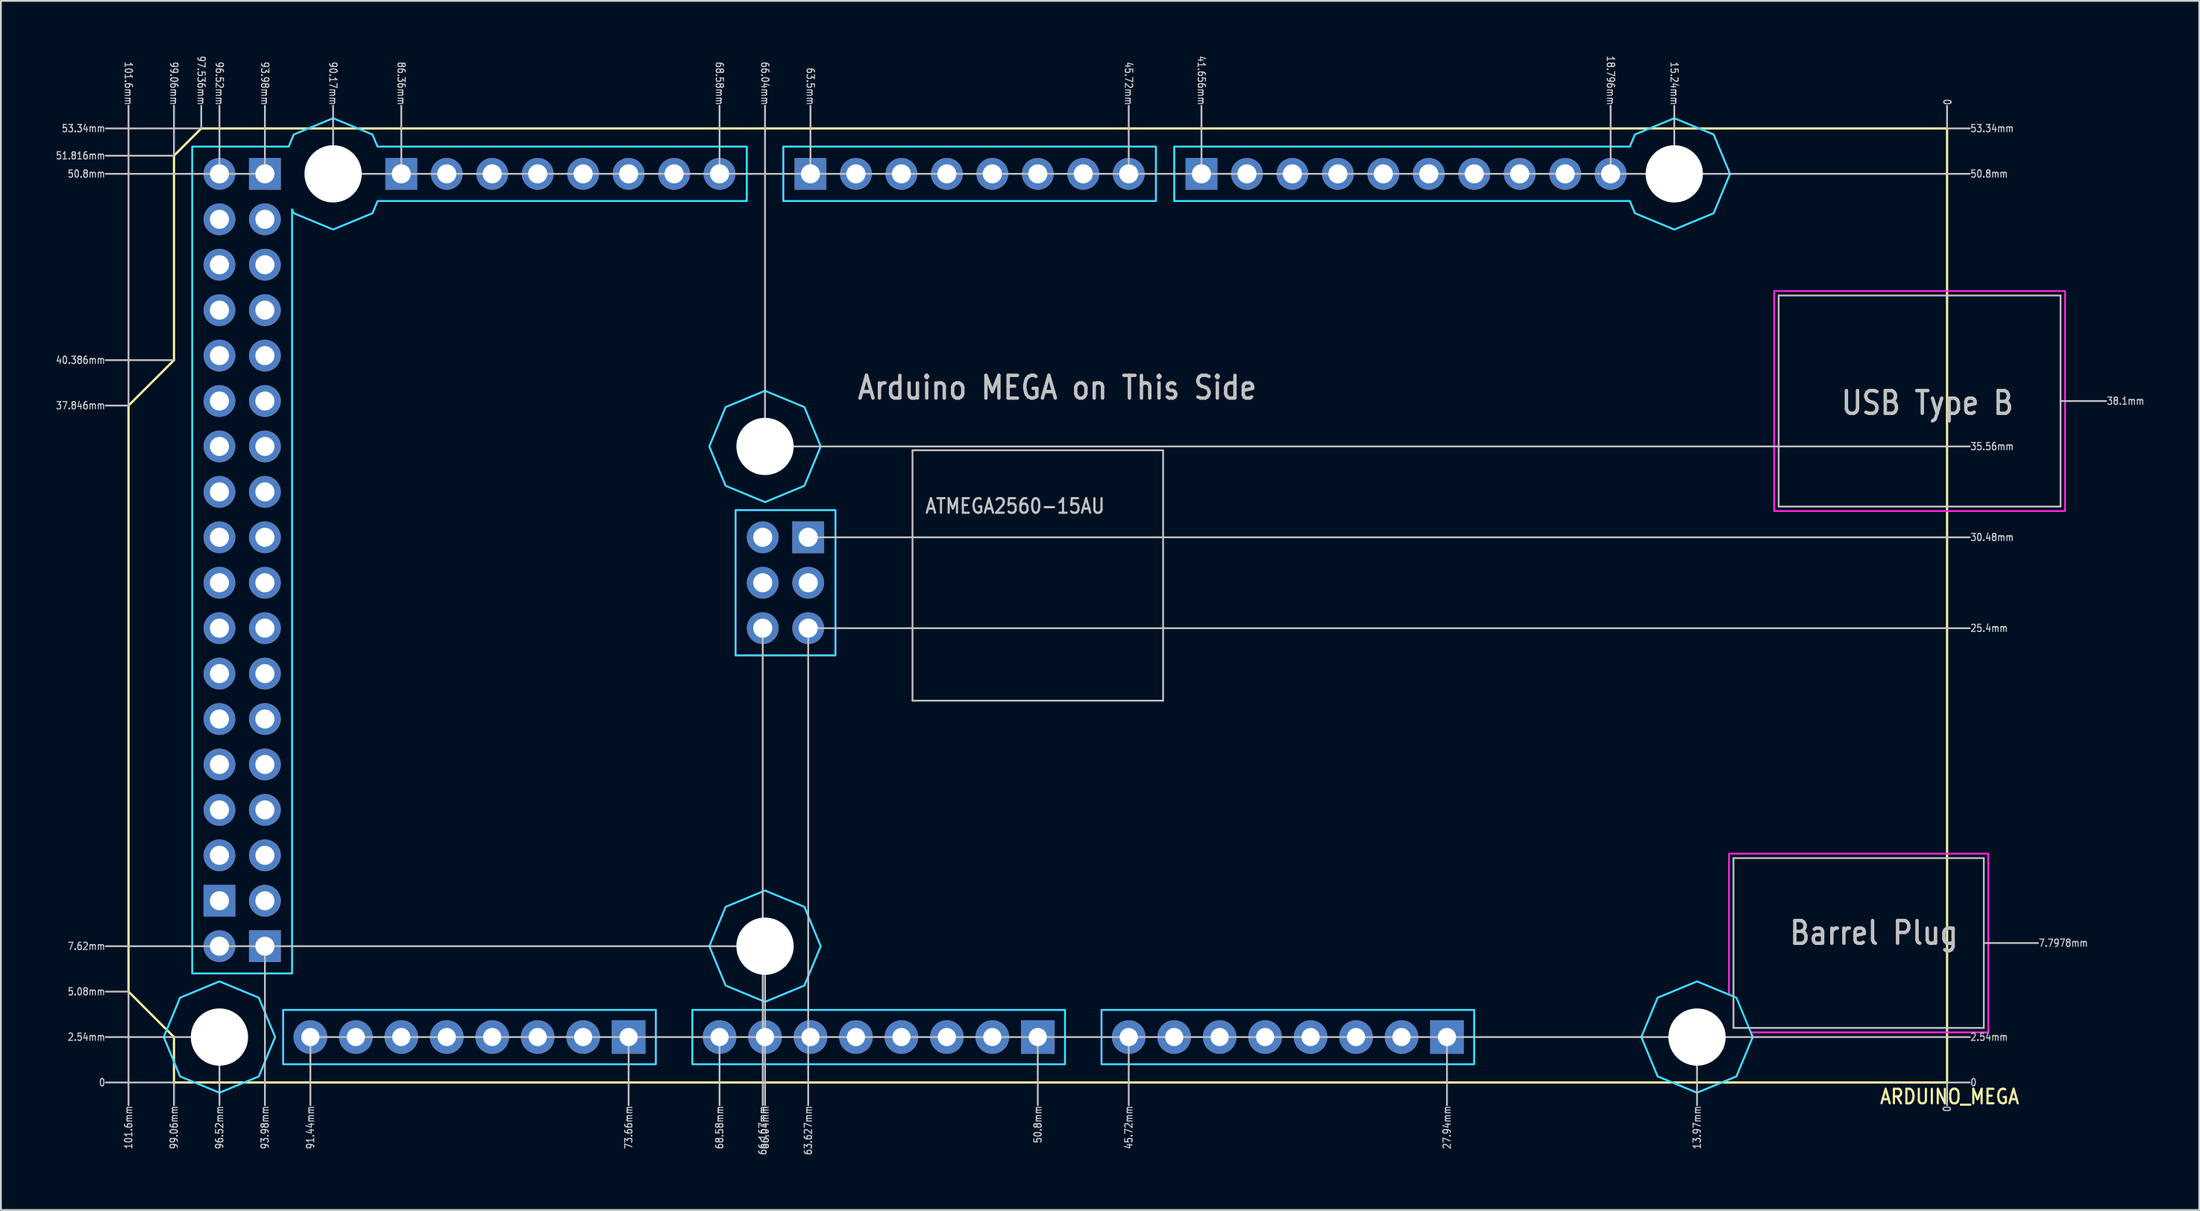
<source format=kicad_pcb>
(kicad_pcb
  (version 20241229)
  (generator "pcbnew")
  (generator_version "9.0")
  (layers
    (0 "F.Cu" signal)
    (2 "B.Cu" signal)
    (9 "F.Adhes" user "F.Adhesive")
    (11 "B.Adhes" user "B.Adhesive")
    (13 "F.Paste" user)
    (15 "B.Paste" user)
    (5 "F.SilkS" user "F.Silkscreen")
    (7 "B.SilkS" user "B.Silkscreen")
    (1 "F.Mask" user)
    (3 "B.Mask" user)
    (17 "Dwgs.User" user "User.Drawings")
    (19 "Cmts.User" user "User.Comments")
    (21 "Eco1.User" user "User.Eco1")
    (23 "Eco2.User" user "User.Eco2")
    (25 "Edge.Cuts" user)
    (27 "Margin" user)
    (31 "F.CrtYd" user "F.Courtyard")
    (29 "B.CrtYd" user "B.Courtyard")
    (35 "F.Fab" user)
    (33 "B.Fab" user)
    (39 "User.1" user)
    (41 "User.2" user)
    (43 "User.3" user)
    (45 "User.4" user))
  (footprint "ARDUINO_MEGA"
    (layer "F.Cu")
    (at 105.73 57.47)
    (property "Reference" "ARDUINO_MEGA" (at -3.81 1.27 0) (unlocked yes) (layer "F.SilkS") (effects (font (size 0.813 0.695) (thickness 0.122)) (justify left bottom)))
    (fp_circle (center -96.52 -2.54) (end -93.67 -2.54) (stroke (width 0) (type solid)) (fill yes) (layer "F.Mask"))
    (fp_circle (center -96.52 -2.54) (end -93.67 -2.54) (stroke (width 0) (type solid)) (fill yes) (layer "F.Mask"))
    (fp_circle (center -90.17 -50.8) (end -87.32 -50.8) (stroke (width 0) (type solid)) (fill yes) (layer "F.Mask"))
    (fp_circle (center -90.17 -50.8) (end -87.32 -50.8) (stroke (width 0) (type solid)) (fill yes) (layer "F.Mask"))
    (fp_circle (center -66.04 -35.56) (end -63.19 -35.56) (stroke (width 0) (type solid)) (fill yes) (layer "F.Mask"))
    (fp_circle (center -66.04 -35.56) (end -63.19 -35.56) (stroke (width 0) (type solid)) (fill yes) (layer "F.Mask"))
    (fp_circle (center -66.04 -7.62) (end -63.19 -7.62) (stroke (width 0) (type solid)) (fill yes) (layer "F.Mask"))
    (fp_circle (center -66.04 -7.62) (end -63.19 -7.62) (stroke (width 0) (type solid)) (fill yes) (layer "F.Mask"))
    (fp_circle (center -15.24 -50.8) (end -12.39 -50.8) (stroke (width 0) (type solid)) (fill yes) (layer "F.Mask"))
    (fp_circle (center -15.24 -50.8) (end -12.39 -50.8) (stroke (width 0) (type solid)) (fill yes) (layer "F.Mask"))
    (fp_circle (center -13.97 -2.54) (end -11.12 -2.54) (stroke (width 0) (type solid)) (fill yes) (layer "F.Mask"))
    (fp_circle (center -13.97 -2.54) (end -11.12 -2.54) (stroke (width 0) (type solid)) (fill yes) (layer "F.Mask"))
    (fp_circle (center -96.52 -2.54) (end -93.67 -2.54) (stroke (width 0) (type solid)) (fill yes) (layer "B.Mask"))
    (fp_circle (center -90.17 -50.8) (end -87.32 -50.8) (stroke (width 0) (type solid)) (fill yes) (layer "B.Mask"))
    (fp_circle (center -66.04 -35.56) (end -63.19 -35.56) (stroke (width 0) (type solid)) (fill yes) (layer "B.Mask"))
    (fp_circle (center -66.04 -7.62) (end -63.19 -7.62) (stroke (width 0) (type solid)) (fill yes) (layer "B.Mask"))
    (fp_circle (center -15.24 -50.8) (end -12.39 -50.8) (stroke (width 0) (type solid)) (fill yes) (layer "B.Mask"))
    (fp_circle (center -13.97 -2.54) (end -11.12 -2.54) (stroke (width 0) (type solid)) (fill yes) (layer "B.Mask"))
    (fp_line (start -101.6 -37.846) (end -101.6 -5.08) (stroke (width 0.127) (type solid)) (layer "F.SilkS"))
    (fp_line (start -101.6 -5.08) (end -99.06 -2.54) (stroke (width 0.127) (type solid)) (layer "F.SilkS"))
    (fp_line (start -99.06 -51.816) (end -99.06 -40.386) (stroke (width 0.127) (type solid)) (layer "F.SilkS"))
    (fp_line (start -99.06 -40.386) (end -101.6 -37.846) (stroke (width 0.127) (type solid)) (layer "F.SilkS"))
    (fp_line (start -99.06 -2.54) (end -99.06 0) (stroke (width 0.127) (type solid)) (layer "F.SilkS"))
    (fp_line (start -99.06 0) (end 0 0) (stroke (width 0.127) (type solid)) (layer "F.SilkS"))
    (fp_line (start -97.536 -53.34) (end -99.06 -51.816) (stroke (width 0.127) (type solid)) (layer "F.SilkS"))
    (fp_line (start 0 -53.34) (end -97.536 -53.34) (stroke (width 0.127) (type solid)) (layer "F.SilkS"))
    (fp_line (start 0 0) (end 0 -53.34) (stroke (width 0.127) (type solid)) (layer "F.SilkS"))
    (fp_line (start -101.6 -37.846) (end -102.87 -37.846) (stroke (width 0.1) (type solid)) (layer "Dwgs.User"))
    (fp_line (start -101.6 -37.846) (end -101.6 -54.61) (stroke (width 0.1) (type solid)) (layer "Dwgs.User"))
    (fp_line (start -101.6 -5.08) (end -102.87 -5.08) (stroke (width 0.1) (type solid)) (layer "Dwgs.User"))
    (fp_line (start -101.6 -5.08) (end -101.6 1.27) (stroke (width 0.1) (type solid)) (layer "Dwgs.User"))
    (fp_line (start -99.06 -51.816) (end -102.87 -51.816) (stroke (width 0.1) (type solid)) (layer "Dwgs.User"))
    (fp_line (start -99.06 -51.816) (end -99.06 -54.61) (stroke (width 0.1) (type solid)) (layer "Dwgs.User"))
    (fp_line (start -99.06 -40.386) (end -102.87 -40.386) (stroke (width 0.1) (type solid)) (layer "Dwgs.User"))
    (fp_line (start -99.06 0) (end -102.87 0) (stroke (width 0.1) (type solid)) (layer "Dwgs.User"))
    (fp_line (start -99.06 0) (end -99.06 1.27) (stroke (width 0.1) (type solid)) (layer "Dwgs.User"))
    (fp_line (start -97.536 -53.34) (end -102.87 -53.34) (stroke (width 0.1) (type solid)) (layer "Dwgs.User"))
    (fp_line (start -97.536 -53.34) (end -97.536 -54.61) (stroke (width 0.1) (type solid)) (layer "Dwgs.User"))
    (fp_line (start -96.52 -50.8) (end -102.87 -50.8) (stroke (width 0.1) (type solid)) (layer "Dwgs.User"))
    (fp_line (start -96.52 -50.8) (end -96.52 -54.61) (stroke (width 0.1) (type solid)) (layer "Dwgs.User"))
    (fp_line (start -96.52 -2.54) (end -102.87 -2.54) (stroke (width 0.1) (type solid)) (layer "Dwgs.User"))
    (fp_line (start -96.52 -2.54) (end -96.52 1.27) (stroke (width 0.1) (type solid)) (layer "Dwgs.User"))
    (fp_line (start -93.98 -50.8) (end -96.52 -50.8) (stroke (width 0.1) (type solid)) (layer "Dwgs.User"))
    (fp_line (start -93.98 -50.8) (end -93.98 -54.61) (stroke (width 0.1) (type solid)) (layer "Dwgs.User"))
    (fp_line (start -93.98 -7.62) (end -93.98 1.27) (stroke (width 0.1) (type solid)) (layer "Dwgs.User"))
    (fp_line (start -91.44 -2.54) (end -91.44 1.27) (stroke (width 0.1) (type solid)) (layer "Dwgs.User"))
    (fp_line (start -91.44 -2.54) (end -13.97 -2.54) (stroke (width 0.1) (type solid)) (layer "Dwgs.User"))
    (fp_line (start -90.17 -50.8) (end -90.17 -54.61) (stroke (width 0.1) (type solid)) (layer "Dwgs.User"))
    (fp_line (start -90.17 -50.8) (end -86.36 -50.8) (stroke (width 0.1) (type solid)) (layer "Dwgs.User"))
    (fp_line (start -86.36 -50.8) (end -86.36 -54.61) (stroke (width 0.1) (type solid)) (layer "Dwgs.User"))
    (fp_line (start -86.36 -50.8) (end -68.58 -50.8) (stroke (width 0.1) (type solid)) (layer "Dwgs.User"))
    (fp_line (start -73.66 -2.54) (end -73.66 1.27) (stroke (width 0.1) (type solid)) (layer "Dwgs.User"))
    (fp_line (start -68.58 -50.8) (end -68.58 -54.61) (stroke (width 0.1) (type solid)) (layer "Dwgs.User"))
    (fp_line (start -68.58 -50.8) (end -63.5 -50.8) (stroke (width 0.1) (type solid)) (layer "Dwgs.User"))
    (fp_line (start -68.58 -2.54) (end -68.58 1.27) (stroke (width 0.1) (type solid)) (layer "Dwgs.User"))
    (fp_line (start -66.167 -25.4) (end -66.167 1.27) (stroke (width 0.1) (type solid)) (layer "Dwgs.User"))
    (fp_line (start -66.04 -35.56) (end -66.04 -54.61) (stroke (width 0.1) (type solid)) (layer "Dwgs.User"))
    (fp_line (start -66.04 -35.56) (end 1.27 -35.56) (stroke (width 0.1) (type solid)) (layer "Dwgs.User"))
    (fp_line (start -66.04 -7.62) (end -102.87 -7.62) (stroke (width 0.1) (type solid)) (layer "Dwgs.User"))
    (fp_line (start -66.04 -7.62) (end -66.04 1.27) (stroke (width 0.1) (type solid)) (layer "Dwgs.User"))
    (fp_line (start -63.627 -25.4) (end -63.627 1.27) (stroke (width 0.1) (type solid)) (layer "Dwgs.User"))
    (fp_line (start -63.627 -25.4) (end 1.27 -25.4) (stroke (width 0.1) (type solid)) (layer "Dwgs.User"))
    (fp_line (start -63.5 -50.8) (end -63.5 -54.61) (stroke (width 0.1) (type solid)) (layer "Dwgs.User"))
    (fp_line (start -63.5 -50.8) (end -45.72 -50.8) (stroke (width 0.1) (type solid)) (layer "Dwgs.User"))
    (fp_line (start -63.5 -30.48) (end 1.27 -30.48) (stroke (width 0.1) (type solid)) (layer "Dwgs.User"))
    (fp_line (start -57.8 -35.346) (end -57.8 -21.346) (stroke (width 0.1) (type solid)) (layer "Dwgs.User"))
    (fp_line (start -57.8 -21.346) (end -43.8 -21.346) (stroke (width 0.1) (type solid)) (layer "Dwgs.User"))
    (fp_line (start -50.8 -2.54) (end -50.8 1.27) (stroke (width 0.1) (type solid)) (layer "Dwgs.User"))
    (fp_line (start -45.72 -50.8) (end -45.72 -54.61) (stroke (width 0.1) (type solid)) (layer "Dwgs.User"))
    (fp_line (start -45.72 -50.8) (end -41.656 -50.8) (stroke (width 0.1) (type solid)) (layer "Dwgs.User"))
    (fp_line (start -45.72 -2.54) (end -45.72 1.27) (stroke (width 0.1) (type solid)) (layer "Dwgs.User"))
    (fp_line (start -43.8 -35.346) (end -57.8 -35.346) (stroke (width 0.1) (type solid)) (layer "Dwgs.User"))
    (fp_line (start -43.8 -21.346) (end -43.8 -35.346) (stroke (width 0.1) (type solid)) (layer "Dwgs.User"))
    (fp_line (start -41.656 -50.8) (end -41.656 -54.61) (stroke (width 0.1) (type solid)) (layer "Dwgs.User"))
    (fp_line (start -41.656 -50.8) (end -18.796 -50.8) (stroke (width 0.1) (type solid)) (layer "Dwgs.User"))
    (fp_line (start -27.94 -2.54) (end -27.94 1.27) (stroke (width 0.1) (type solid)) (layer "Dwgs.User"))
    (fp_line (start -18.796 -50.8) (end -18.796 -54.61) (stroke (width 0.1) (type solid)) (layer "Dwgs.User"))
    (fp_line (start -18.796 -50.8) (end -15.24 -50.8) (stroke (width 0.1) (type solid)) (layer "Dwgs.User"))
    (fp_line (start -15.24 -50.8) (end -15.24 -54.61) (stroke (width 0.1) (type solid)) (layer "Dwgs.User"))
    (fp_line (start -15.24 -50.8) (end 1.27 -50.8) (stroke (width 0.1) (type solid)) (layer "Dwgs.User"))
    (fp_line (start -13.97 -2.54) (end -13.97 1.27) (stroke (width 0.1) (type solid)) (layer "Dwgs.User"))
    (fp_line (start -13.97 -2.54) (end 1.27 -2.54) (stroke (width 0.1) (type solid)) (layer "Dwgs.User"))
    (fp_line (start -11.934 -12.544) (end -11.934 -3.052) (stroke (width 0.1) (type solid)) (layer "Dwgs.User"))
    (fp_line (start -11.934 -3.052) (end 2.053 -3.052) (stroke (width 0.1) (type solid)) (layer "Dwgs.User"))
    (fp_line (start -9.41 -44) (end 6.34 -44) (stroke (width 0.1) (type solid)) (layer "Dwgs.User"))
    (fp_line (start -9.41 -32.2) (end -9.41 -44) (stroke (width 0.1) (type solid)) (layer "Dwgs.User"))
    (fp_line (start 0 -53.34) (end 0 -54.61) (stroke (width 0.1) (type solid)) (layer "Dwgs.User"))
    (fp_line (start 0 -53.34) (end 1.27 -53.34) (stroke (width 0.1) (type solid)) (layer "Dwgs.User"))
    (fp_line (start 0 0) (end 0 1.27) (stroke (width 0.1) (type solid)) (layer "Dwgs.User"))
    (fp_line (start 0 0) (end 1.27 0) (stroke (width 0.1) (type solid)) (layer "Dwgs.User"))
    (fp_line (start 2.053 -12.544) (end -11.934 -12.544) (stroke (width 0.1) (type solid)) (layer "Dwgs.User"))
    (fp_line (start 2.053 -3.052) (end 2.053 -12.544) (stroke (width 0.1) (type solid)) (layer "Dwgs.User"))
    (fp_line (start 5.08 -7.798) (end 2.053 -7.798) (stroke (width 0.1) (type solid)) (layer "Dwgs.User"))
    (fp_line (start 6.34 -44) (end 6.34 -32.2) (stroke (width 0.1) (type solid)) (layer "Dwgs.User"))
    (fp_line (start 6.34 -32.2) (end -9.41 -32.2) (stroke (width 0.1) (type solid)) (layer "Dwgs.User"))
    (fp_line (start 8.89 -38.1) (end 6.34 -38.1) (stroke (width 0.1) (type solid)) (layer "Dwgs.User"))
    (fp_poly (pts (xy -72.14 -4.06) (xy -92.96 -4.06) (xy -92.96 -1.02) (xy -72.14 -1.02)) (stroke (width 0.1) (type solid)) (fill no) (layer "B.CrtYd"))
    (fp_poly (pts (xy -62.107 -32) (xy -67.687 -32) (xy -67.687 -23.88) (xy -62.107 -23.88)) (stroke (width 0.1) (type solid)) (fill no) (layer "B.CrtYd"))
    (fp_poly (pts (xy -49.28 -4.06) (xy -70.1 -4.06) (xy -70.1 -1.02) (xy -49.28 -1.02)) (stroke (width 0.1) (type solid)) (fill no) (layer "B.CrtYd"))
    (fp_poly (pts (xy -44.2 -52.32) (xy -65.02 -52.32) (xy -65.02 -49.28) (xy -44.2 -49.28)) (stroke (width 0.1) (type solid)) (fill no) (layer "B.CrtYd"))
    (fp_poly (pts (xy -26.42 -4.06) (xy -47.24 -4.06) (xy -47.24 -1.02) (xy -26.42 -1.02)) (stroke (width 0.1) (type solid)) (fill no) (layer "B.CrtYd"))
    (fp_poly (pts (xy -99.632 -2.54) (xy -98.72 -4.74) (xy -96.52 -5.652) (xy -94.32 -4.74) (xy -93.408 -2.54) (xy -94.32 -0.34) (xy -96.52 0.572) (xy -98.72 -0.34)) (stroke (width 0.1) (type solid)) (fill no) (layer "B.CrtYd"))
    (fp_poly (pts (xy -69.152 -35.56) (xy -68.24 -37.76) (xy -66.04 -38.672) (xy -63.84 -37.76) (xy -62.928 -35.56) (xy -63.84 -33.36) (xy -66.04 -32.448) (xy -68.24 -33.36)) (stroke (width 0.1) (type solid)) (fill no) (layer "B.CrtYd"))
    (fp_poly (pts (xy -69.152 -7.62) (xy -68.24 -9.82) (xy -66.04 -10.732) (xy -63.84 -9.82) (xy -62.928 -7.62) (xy -63.84 -5.42) (xy -66.04 -4.508) (xy -68.24 -5.42)) (stroke (width 0.1) (type solid)) (fill no) (layer "B.CrtYd"))
    (fp_poly (pts (xy -17.082 -2.54) (xy -16.17 -4.74) (xy -13.97 -5.652) (xy -11.77 -4.74) (xy -10.858 -2.54) (xy -11.77 -0.34) (xy -13.97 0.572) (xy -16.17 -0.34)) (stroke (width 0.1) (type solid)) (fill no) (layer "B.CrtYd"))
    (fp_poly (pts (xy -17.722 -52.32) (xy -17.44 -53) (xy -15.24 -53.912) (xy -13.04 -53) (xy -12.128 -50.8) (xy -13.04 -48.6) (xy -15.24 -47.688) (xy -17.44 -48.6) (xy -17.722 -49.28) (xy -43.176 -49.28) (xy -43.176 -52.32)) (stroke (width 0.1) (type solid)) (fill no) (layer "B.CrtYd"))
    (fp_poly (pts (xy -92.652 -52.32) (xy -92.37 -53) (xy -90.17 -53.912) (xy -87.97 -53) (xy -87.688 -52.32) (xy -67.06 -52.32) (xy -67.06 -49.28) (xy -87.688 -49.28) (xy -87.97 -48.6) (xy -90.17 -47.688) (xy -92.37 -48.6) (xy -92.46 -48.816) (xy -92.46 -6.1) (xy -98.04 -6.1) (xy -98.04 -52.32)) (stroke (width 0.1) (type solid)) (fill no) (layer "B.CrtYd"))
    (fp_poly (pts (xy -72.14 -4.06) (xy -92.96 -4.06) (xy -92.96 -1.02) (xy -72.14 -1.02)) (stroke (width 0.1) (type solid)) (fill no) (layer "F.CrtYd"))
    (fp_poly (pts (xy -62.107 -32) (xy -67.687 -32) (xy -67.687 -23.88) (xy -62.107 -23.88)) (stroke (width 0.1) (type solid)) (fill no) (layer "F.CrtYd"))
    (fp_poly (pts (xy -49.28 -4.06) (xy -70.1 -4.06) (xy -70.1 -1.02) (xy -49.28 -1.02)) (stroke (width 0.1) (type solid)) (fill no) (layer "F.CrtYd"))
    (fp_poly (pts (xy -44.2 -52.32) (xy -65.02 -52.32) (xy -65.02 -49.28) (xy -44.2 -49.28)) (stroke (width 0.1) (type solid)) (fill no) (layer "F.CrtYd"))
    (fp_poly (pts (xy -26.42 -4.06) (xy -47.24 -4.06) (xy -47.24 -1.02) (xy -26.42 -1.02)) (stroke (width 0.1) (type solid)) (fill no) (layer "F.CrtYd"))
    (fp_poly (pts (xy 6.59 -44.25) (xy 6.59 -31.95) (xy -9.66 -31.95) (xy -9.66 -44.25)) (stroke (width 0.1) (type solid)) (fill no) (layer "F.CrtYd"))
    (fp_poly (pts (xy -99.632 -2.54) (xy -98.72 -4.74) (xy -96.52 -5.652) (xy -94.32 -4.74) (xy -93.408 -2.54) (xy -94.32 -0.34) (xy -96.52 0.572) (xy -98.72 -0.34)) (stroke (width 0.1) (type solid)) (fill no) (layer "F.CrtYd"))
    (fp_poly (pts (xy -69.152 -35.56) (xy -68.24 -37.76) (xy -66.04 -38.672) (xy -63.84 -37.76) (xy -62.928 -35.56) (xy -63.84 -33.36) (xy -66.04 -32.448) (xy -68.24 -33.36)) (stroke (width 0.1) (type solid)) (fill no) (layer "F.CrtYd"))
    (fp_poly (pts (xy -69.152 -7.62) (xy -68.24 -9.82) (xy -66.04 -10.732) (xy -63.84 -9.82) (xy -62.928 -7.62) (xy -63.84 -5.42) (xy -66.04 -4.508) (xy -68.24 -5.42)) (stroke (width 0.1) (type solid)) (fill no) (layer "F.CrtYd"))
    (fp_poly (pts (xy -17.722 -52.32) (xy -17.44 -53) (xy -15.24 -53.912) (xy -13.04 -53) (xy -12.128 -50.8) (xy -13.04 -48.6) (xy -15.24 -47.688) (xy -17.44 -48.6) (xy -17.722 -49.28) (xy -43.176 -49.28) (xy -43.176 -52.32)) (stroke (width 0.1) (type solid)) (fill no) (layer "F.CrtYd"))
    (fp_poly (pts (xy -17.082 -2.54) (xy -16.17 -4.74) (xy -13.97 -5.652) (xy -12.184 -4.912) (xy -12.184 -12.794) (xy 2.303 -12.794) (xy 2.303 -2.802) (xy -10.967 -2.802) (xy -10.858 -2.54) (xy -11.77 -0.34) (xy -13.97 0.572) (xy -16.17 -0.34)) (stroke (width 0.1) (type solid)) (fill no) (layer "F.CrtYd"))
    (fp_poly (pts (xy -92.652 -52.32) (xy -92.37 -53) (xy -90.17 -53.912) (xy -87.97 -53) (xy -87.688 -52.32) (xy -67.06 -52.32) (xy -67.06 -49.28) (xy -87.688 -49.28) (xy -87.97 -48.6) (xy -90.17 -47.688) (xy -92.37 -48.6) (xy -92.46 -48.816) (xy -92.46 -6.1) (xy -98.04 -6.1) (xy -98.04 -52.32)) (stroke (width 0.1) (type solid)) (fill no) (layer "F.CrtYd"))
    (fp_text user "45.72mm" (at -45.72 -54.61 270) (unlocked yes) (layer "Dwgs.User") (effects (font (size 0.406 0.347) (thickness 0.061)) (justify right)))
    (fp_text user "93.98mm" (at -93.98 1.27 90) (unlocked yes) (layer "Dwgs.User") (effects (font (size 0.406 0.347) (thickness 0.061)) (justify right)))
    (fp_text user "51.816mm" (at -102.87 -51.816 0) (unlocked yes) (layer "Dwgs.User") (effects (font (size 0.406 0.347) (thickness 0.061)) (justify right)))
    (fp_text user "41.656mm" (at -41.656 -54.61 270) (unlocked yes) (layer "Dwgs.User") (effects (font (size 0.406 0.347) (thickness 0.061)) (justify right)))
    (fp_text user "50.8mm" (at -50.8 1.27 90) (unlocked yes) (layer "Dwgs.User") (effects (font (size 0.406 0.347) (thickness 0.061)) (justify right)))
    (fp_text user "7.62mm" (at -102.87 -7.62 0) (unlocked yes) (layer "Dwgs.User") (effects (font (size 0.406 0.347) (thickness 0.061)) (justify right)))
    (fp_text user "96.52mm" (at -96.52 1.27 90) (unlocked yes) (layer "Dwgs.User") (effects (font (size 0.406 0.347) (thickness 0.061)) (justify right)))
    (fp_text user "Barrel Plug" (at -8.89 -7.62 0) (unlocked yes) (layer "Dwgs.User") (effects (font (size 1.27 1.086) (thickness 0.191)) (justify left bottom)))
    (fp_text user "2.54mm" (at 1.27 -2.54 0) (unlocked yes) (layer "Dwgs.User") (effects (font (size 0.406 0.347) (thickness 0.061)) (justify left)))
    (fp_text user "2.54mm" (at -102.87 -2.54 0) (unlocked yes) (layer "Dwgs.User") (effects (font (size 0.406 0.347) (thickness 0.061)) (justify right)))
    (fp_text user "101.6mm" (at -101.6 1.27 90) (unlocked yes) (layer "Dwgs.User") (effects (font (size 0.406 0.347) (thickness 0.061)) (justify right)))
    (fp_text user "30.48mm" (at 1.27 -30.48 0) (unlocked yes) (layer "Dwgs.User") (effects (font (size 0.406 0.347) (thickness 0.061)) (justify left)))
    (fp_text user "63.5mm" (at -63.5 -54.61 270) (unlocked yes) (layer "Dwgs.User") (effects (font (size 0.406 0.347) (thickness 0.061)) (justify right)))
    (fp_text user "93.98mm" (at -93.98 -54.61 270) (unlocked yes) (layer "Dwgs.User") (effects (font (size 0.406 0.347) (thickness 0.061)) (justify right)))
    (fp_text user "5.08mm" (at -102.87 -5.08 0) (unlocked yes) (layer "Dwgs.User") (effects (font (size 0.406 0.347) (thickness 0.061)) (justify right)))
    (fp_text user "68.58mm" (at -68.58 1.27 90) (unlocked yes) (layer "Dwgs.User") (effects (font (size 0.406 0.347) (thickness 0.061)) (justify right)))
    (fp_text user "66.04mm" (at -66.04 1.27 90) (unlocked yes) (layer "Dwgs.User") (effects (font (size 0.406 0.347) (thickness 0.061)) (justify right)))
    (fp_text user "50.8mm" (at 1.27 -50.8 0) (unlocked yes) (layer "Dwgs.User") (effects (font (size 0.406 0.347) (thickness 0.061)) (justify left)))
    (fp_text user "66.04mm" (at -66.04 -54.61 270) (unlocked yes) (layer "Dwgs.User") (effects (font (size 0.406 0.347) (thickness 0.061)) (justify right)))
    (fp_text user "0" (at 0 1.27 90) (unlocked yes) (layer "Dwgs.User") (effects (font (size 0.406 0.347) (thickness 0.061)) (justify right)))
    (fp_text user "86.36mm" (at -86.36 -54.61 270) (unlocked yes) (layer "Dwgs.User") (effects (font (size 0.406 0.347) (thickness 0.061)) (justify right)))
    (fp_text user "18.796mm" (at -18.796 -54.61 270) (unlocked yes) (layer "Dwgs.User") (effects (font (size 0.406 0.347) (thickness 0.061)) (justify right)))
    (fp_text user "27.94mm" (at -27.94 1.27 90) (unlocked yes) (layer "Dwgs.User") (effects (font (size 0.406 0.347) (thickness 0.061)) (justify right)))
    (fp_text user "53.34mm" (at 1.27 -53.34 0) (unlocked yes) (layer "Dwgs.User") (effects (font (size 0.406 0.347) (thickness 0.061)) (justify left)))
    (fp_text user "35.56mm" (at 1.27 -35.56 0) (unlocked yes) (layer "Dwgs.User") (effects (font (size 0.406 0.347) (thickness 0.061)) (justify left)))
    (fp_text user "68.58mm" (at -68.58 -54.61 270) (unlocked yes) (layer "Dwgs.User") (effects (font (size 0.406 0.347) (thickness 0.061)) (justify right)))
    (fp_text user "50.8mm" (at -102.87 -50.8 0) (unlocked yes) (layer "Dwgs.User") (effects (font (size 0.406 0.347) (thickness 0.061)) (justify right)))
    (fp_text user "25.4mm" (at 1.27 -25.4 0) (unlocked yes) (layer "Dwgs.User") (effects (font (size 0.406 0.347) (thickness 0.061)) (justify left)))
    (fp_text user "ATMEGA2560-15AU" (at -57.15 -31.75 0) (unlocked yes) (layer "Dwgs.User") (effects (font (size 0.813 0.695) (thickness 0.122)) (justify left bottom)))
    (fp_text user "73.66mm" (at -73.66 1.27 90) (unlocked yes) (layer "Dwgs.User") (effects (font (size 0.406 0.347) (thickness 0.061)) (justify right)))
    (fp_text user "91.44mm" (at -91.44 1.27 90) (unlocked yes) (layer "Dwgs.User") (effects (font (size 0.406 0.347) (thickness 0.061)) (justify right)))
    (fp_text user "15.24mm" (at -15.24 -54.61 270) (unlocked yes) (layer "Dwgs.User") (effects (font (size 0.406 0.347) (thickness 0.061)) (justify right)))
    (fp_text user "66.167mm" (at -66.167 1.27 90) (unlocked yes) (layer "Dwgs.User") (effects (font (size 0.406 0.347) (thickness 0.061)) (justify right)))
    (fp_text user "99.06mm" (at -99.06 -54.61 270) (unlocked yes) (layer "Dwgs.User") (effects (font (size 0.406 0.347) (thickness 0.061)) (justify right)))
    (fp_text user "38.1mm" (at 8.89 -38.1 0) (unlocked yes) (layer "Dwgs.User") (effects (font (size 0.406 0.347) (thickness 0.061)) (justify left)))
    (fp_text user "63.627mm" (at -63.627 1.27 90) (unlocked yes) (layer "Dwgs.User") (effects (font (size 0.406 0.347) (thickness 0.061)) (justify right)))
    (fp_text user "USB Type B" (at 3.81 -38.735 0) (unlocked yes) (layer "Dwgs.User") (effects (font (size 1.27 1.086) (thickness 0.191)) (justify right top)))
    (fp_text user "40.386mm" (at -102.87 -40.386 0) (unlocked yes) (layer "Dwgs.User") (effects (font (size 0.406 0.347) (thickness 0.061)) (justify right)))
    (fp_text user "101.6mm" (at -101.6 -54.61 270) (unlocked yes) (layer "Dwgs.User") (effects (font (size 0.406 0.347) (thickness 0.061)) (justify right)))
    (fp_text user "53.34mm" (at -102.87 -53.34 0) (unlocked yes) (layer "Dwgs.User") (effects (font (size 0.406 0.347) (thickness 0.061)) (justify right)))
    (fp_text user "45.72mm" (at -45.72 1.27 90) (unlocked yes) (layer "Dwgs.User") (effects (font (size 0.406 0.347) (thickness 0.061)) (justify right)))
    (fp_text user "90.17mm" (at -90.17 -54.61 270) (unlocked yes) (layer "Dwgs.User") (effects (font (size 0.406 0.347) (thickness 0.061)) (justify right)))
    (fp_text user "97.536mm" (at -97.536 -54.61 270) (unlocked yes) (layer "Dwgs.User") (effects (font (size 0.406 0.347) (thickness 0.061)) (justify right)))
    (fp_text user "7.7978mm" (at 5.08 -7.798 0) (unlocked yes) (layer "Dwgs.User") (effects (font (size 0.406 0.347) (thickness 0.061)) (justify left)))
    (fp_text user "0" (at 0 -54.61 270) (unlocked yes) (layer "Dwgs.User") (effects (font (size 0.406 0.347) (thickness 0.061)) (justify right)))
    (fp_text user "37.846mm" (at -102.87 -37.846 0) (unlocked yes) (layer "Dwgs.User") (effects (font (size 0.406 0.347) (thickness 0.061)) (justify right)))
    (fp_text user "0" (at 1.27 0 0) (unlocked yes) (layer "Dwgs.User") (effects (font (size 0.406 0.347) (thickness 0.061)) (justify left)))
    (fp_text user "0" (at -102.87 0 0) (unlocked yes) (layer "Dwgs.User") (effects (font (size 0.406 0.347) (thickness 0.061)) (justify right)))
    (fp_text user "Arduino MEGA on This Side" (at -60.96 -38.1 0) (unlocked yes) (layer "Dwgs.User") (effects (font (size 1.27 1.086) (thickness 0.191)) (justify left bottom)))
    (fp_text user "13.97mm" (at -13.97 1.27 90) (unlocked yes) (layer "Dwgs.User") (effects (font (size 0.406 0.347) (thickness 0.061)) (justify right)))
    (fp_text user "96.52mm" (at -96.52 -54.61 270) (unlocked yes) (layer "Dwgs.User") (effects (font (size 0.406 0.347) (thickness 0.061)) (justify right)))
    (fp_text user "99.06mm" (at -99.06 1.27 90) (unlocked yes) (layer "Dwgs.User") (effects (font (size 0.406 0.347) (thickness 0.061)) (justify right)))
    (pad "" np_thru_hole circle (at -96.52 -2.54) (size 3.2 3.2) (drill 3.2) (layers "*.Cu" "*.Mask"))
    (pad "" np_thru_hole circle (at -90.17 -50.8) (size 3.2 3.2) (drill 3.2) (layers "*.Cu" "*.Mask"))
    (pad "" np_thru_hole circle (at -66.04 -35.56) (size 3.2 3.2) (drill 3.2) (layers "*.Cu" "*.Mask"))
    (pad "" np_thru_hole circle (at -66.04 -7.62) (size 3.2 3.2) (drill 3.2) (layers "*.Cu" "*.Mask"))
    (pad "" np_thru_hole circle (at -15.24 -50.8) (size 3.2 3.2) (drill 3.2) (layers "*.Cu" "*.Mask"))
    (pad "" np_thru_hole circle (at -13.97 -2.54) (size 3.2 3.2) (drill 3.2) (layers "*.Cu" "*.Mask"))
    (pad "0" thru_hole rect (at -63.5 -50.8 270) (size 1.778 1.778) (drill 1.067) (layers "*.Cu" "*.Mask"))
    (pad "1" thru_hole oval (at -60.96 -50.8 270) (size 1.778 1.778) (drill 1.067) (layers "*.Cu" "*.Mask"))
    (pad "2" thru_hole oval (at -58.42 -50.8 270) (size 1.778 1.778) (drill 1.067) (layers "*.Cu" "*.Mask"))
    (pad "3" thru_hole oval (at -55.88 -50.8 270) (size 1.778 1.778) (drill 1.067) (layers "*.Cu" "*.Mask"))
    (pad "3V3" thru_hole oval (at -35.56 -2.54 90) (size 1.88 1.88) (drill 1.016) (layers "*.Cu" "*.Mask"))
    (pad "4" thru_hole oval (at -53.34 -50.8 270) (size 1.778 1.778) (drill 1.067) (layers "*.Cu" "*.Mask"))
    (pad "5" thru_hole oval (at -50.8 -50.8 270) (size 1.778 1.778) (drill 1.067) (layers "*.Cu" "*.Mask"))
    (pad "5V0" thru_hole oval (at -38.1 -2.54 90) (size 1.88 1.88) (drill 1.016) (layers "*.Cu" "*.Mask"))
    (pad "5V0_1" thru_hole rect (at -93.98 -50.8 90) (size 1.778 1.778) (drill 1.067) (layers "*.Cu" "*.Mask"))
    (pad "5V0_2" thru_hole oval (at -96.52 -50.8 90) (size 1.778 1.778) (drill 1.067) (layers "*.Cu" "*.Mask"))
    (pad "5V_2" thru_hole oval (at -66.167 -30.48 180) (size 1.778 1.778) (drill 1.067) (layers "*.Cu" "*.Mask"))
    (pad "6" thru_hole oval (at -48.26 -50.8 270) (size 1.778 1.778) (drill 1.067) (layers "*.Cu" "*.Mask"))
    (pad "7" thru_hole oval (at -45.72 -50.8 270) (size 1.778 1.778) (drill 1.067) (layers "*.Cu" "*.Mask"))
    (pad "8" thru_hole rect (at -41.656 -50.8 270) (size 1.778 1.778) (drill 1.067) (layers "*.Cu" "*.Mask"))
    (pad "9" thru_hole oval (at -39.116 -50.8 270) (size 1.778 1.778) (drill 1.067) (layers "*.Cu" "*.Mask"))
    (pad "10" thru_hole oval (at -36.576 -50.8 270) (size 1.778 1.778) (drill 1.067) (layers "*.Cu" "*.Mask"))
    (pad "11" thru_hole oval (at -34.036 -50.8 270) (size 1.778 1.778) (drill 1.067) (layers "*.Cu" "*.Mask"))
    (pad "12" thru_hole oval (at -31.496 -50.8 270) (size 1.778 1.778) (drill 1.067) (layers "*.Cu" "*.Mask"))
    (pad "13" thru_hole oval (at -28.956 -50.8 270) (size 1.778 1.778) (drill 1.067) (layers "*.Cu" "*.Mask"))
    (pad "14" thru_hole oval (at -68.58 -50.8 270) (size 1.778 1.778) (drill 1.067) (layers "*.Cu" "*.Mask"))
    (pad "15" thru_hole oval (at -71.12 -50.8 270) (size 1.778 1.778) (drill 1.067) (layers "*.Cu" "*.Mask"))
    (pad "16" thru_hole oval (at -73.66 -50.8 270) (size 1.778 1.778) (drill 1.067) (layers "*.Cu" "*.Mask"))
    (pad "17" thru_hole oval (at -76.2 -50.8 270) (size 1.778 1.778) (drill 1.067) (layers "*.Cu" "*.Mask"))
    (pad "18" thru_hole oval (at -78.74 -50.8 270) (size 1.778 1.778) (drill 1.067) (layers "*.Cu" "*.Mask"))
    (pad "19" thru_hole oval (at -81.28 -50.8 270) (size 1.778 1.778) (drill 1.067) (layers "*.Cu" "*.Mask"))
    (pad "20" thru_hole oval (at -83.82 -50.8 270) (size 1.778 1.778) (drill 1.067) (layers "*.Cu" "*.Mask"))
    (pad "21" thru_hole rect (at -86.36 -50.8 270) (size 1.778 1.778) (drill 1.067) (layers "*.Cu" "*.Mask"))
    (pad "22" thru_hole oval (at -93.98 -48.26) (size 1.778 1.778) (drill 1.067) (layers "*.Cu" "*.Mask"))
    (pad "23" thru_hole oval (at -96.52 -48.26) (size 1.778 1.778) (drill 1.067) (layers "*.Cu" "*.Mask"))
    (pad "24" thru_hole oval (at -93.98 -45.72) (size 1.778 1.778) (drill 1.067) (layers "*.Cu" "*.Mask"))
    (pad "25" thru_hole oval (at -96.52 -45.72) (size 1.778 1.778) (drill 1.067) (layers "*.Cu" "*.Mask"))
    (pad "26" thru_hole oval (at -93.98 -43.18) (size 1.778 1.778) (drill 1.067) (layers "*.Cu" "*.Mask"))
    (pad "27" thru_hole oval (at -96.52 -43.18) (size 1.778 1.778) (drill 1.067) (layers "*.Cu" "*.Mask"))
    (pad "28" thru_hole oval (at -93.98 -40.64) (size 1.778 1.778) (drill 1.067) (layers "*.Cu" "*.Mask"))
    (pad "29" thru_hole oval (at -96.52 -40.64) (size 1.778 1.778) (drill 1.067) (layers "*.Cu" "*.Mask"))
    (pad "30" thru_hole oval (at -93.98 -38.1) (size 1.778 1.778) (drill 1.067) (layers "*.Cu" "*.Mask"))
    (pad "31" thru_hole oval (at -96.52 -38.1) (size 1.778 1.778) (drill 1.067) (layers "*.Cu" "*.Mask"))
    (pad "32" thru_hole oval (at -93.98 -35.56) (size 1.778 1.778) (drill 1.067) (layers "*.Cu" "*.Mask"))
    (pad "33" thru_hole oval (at -96.52 -35.56) (size 1.778 1.778) (drill 1.067) (layers "*.Cu" "*.Mask"))
    (pad "34" thru_hole oval (at -93.98 -33.02) (size 1.778 1.778) (drill 1.067) (layers "*.Cu" "*.Mask"))
    (pad "35" thru_hole oval (at -96.52 -33.02) (size 1.778 1.778) (drill 1.067) (layers "*.Cu" "*.Mask"))
    (pad "36" thru_hole oval (at -93.98 -30.48) (size 1.778 1.778) (drill 1.067) (layers "*.Cu" "*.Mask"))
    (pad "37" thru_hole oval (at -96.52 -30.48) (size 1.778 1.778) (drill 1.067) (layers "*.Cu" "*.Mask"))
    (pad "38" thru_hole oval (at -93.98 -27.94) (size 1.778 1.778) (drill 1.067) (layers "*.Cu" "*.Mask"))
    (pad "39" thru_hole oval (at -96.52 -27.94) (size 1.778 1.778) (drill 1.067) (layers "*.Cu" "*.Mask"))
    (pad "40" thru_hole oval (at -93.98 -25.4) (size 1.778 1.778) (drill 1.067) (layers "*.Cu" "*.Mask"))
    (pad "41" thru_hole oval (at -96.52 -25.4) (size 1.778 1.778) (drill 1.067) (layers "*.Cu" "*.Mask"))
    (pad "42" thru_hole oval (at -93.98 -22.86) (size 1.778 1.778) (drill 1.067) (layers "*.Cu" "*.Mask"))
    (pad "43" thru_hole oval (at -96.52 -22.86) (size 1.778 1.778) (drill 1.067) (layers "*.Cu" "*.Mask"))
    (pad "44" thru_hole oval (at -93.98 -20.32) (size 1.778 1.778) (drill 1.067) (layers "*.Cu" "*.Mask"))
    (pad "45" thru_hole oval (at -96.52 -20.32) (size 1.778 1.778) (drill 1.067) (layers "*.Cu" "*.Mask"))
    (pad "46" thru_hole oval (at -93.98 -17.78) (size 1.778 1.778) (drill 1.067) (layers "*.Cu" "*.Mask"))
    (pad "47" thru_hole oval (at -96.52 -17.78) (size 1.778 1.778) (drill 1.067) (layers "*.Cu" "*.Mask"))
    (pad "48" thru_hole oval (at -93.98 -15.24) (size 1.778 1.778) (drill 1.067) (layers "*.Cu" "*.Mask"))
    (pad "49" thru_hole oval (at -96.52 -15.24) (size 1.778 1.778) (drill 1.067) (layers "*.Cu" "*.Mask"))
    (pad "50" thru_hole oval (at -93.98 -12.7) (size 1.778 1.778) (drill 1.067) (layers "*.Cu" "*.Mask"))
    (pad "51" thru_hole oval (at -96.52 -12.7) (size 1.778 1.778) (drill 1.067) (layers "*.Cu" "*.Mask"))
    (pad "52" thru_hole oval (at -93.98 -10.16) (size 1.778 1.778) (drill 1.067) (layers "*.Cu" "*.Mask"))
    (pad "53" thru_hole rect (at -96.52 -10.16) (size 1.778 1.778) (drill 1.067) (layers "*.Cu" "*.Mask"))
    (pad "A0" thru_hole rect (at -50.8 -2.54 90) (size 1.88 1.88) (drill 1.016) (layers "*.Cu" "*.Mask"))
    (pad "A1" thru_hole oval (at -53.34 -2.54 90) (size 1.88 1.88) (drill 1.016) (layers "*.Cu" "*.Mask"))
    (pad "A2" thru_hole oval (at -55.88 -2.54 90) (size 1.88 1.88) (drill 1.016) (layers "*.Cu" "*.Mask"))
    (pad "A3" thru_hole oval (at -58.42 -2.54 90) (size 1.88 1.88) (drill 1.016) (layers "*.Cu" "*.Mask"))
    (pad "A4" thru_hole oval (at -60.96 -2.54 90) (size 1.88 1.88) (drill 1.016) (layers "*.Cu" "*.Mask"))
    (pad "A5" thru_hole oval (at -63.5 -2.54 90) (size 1.88 1.88) (drill 1.016) (layers "*.Cu" "*.Mask"))
    (pad "A6" thru_hole oval (at -66.04 -2.54 90) (size 1.88 1.88) (drill 1.016) (layers "*.Cu" "*.Mask"))
    (pad "A7" thru_hole oval (at -68.58 -2.54 90) (size 1.88 1.88) (drill 1.016) (layers "*.Cu" "*.Mask"))
    (pad "A8" thru_hole rect (at -73.66 -2.54 90) (size 1.88 1.88) (drill 1.016) (layers "*.Cu" "*.Mask"))
    (pad "A9" thru_hole oval (at -76.2 -2.54 90) (size 1.88 1.88) (drill 1.016) (layers "*.Cu" "*.Mask"))
    (pad "A10" thru_hole oval (at -78.74 -2.54 90) (size 1.88 1.88) (drill 1.016) (layers "*.Cu" "*.Mask"))
    (pad "A11" thru_hole oval (at -81.28 -2.54 90) (size 1.88 1.88) (drill 1.016) (layers "*.Cu" "*.Mask"))
    (pad "AREF" thru_hole oval (at -23.876 -50.8 270) (size 1.778 1.778) (drill 1.067) (layers "*.Cu" "*.Mask"))
    (pad "CANRX" thru_hole oval (at -88.9 -2.54 90) (size 1.88 1.88) (drill 1.016) (layers "*.Cu" "*.Mask"))
    (pad "CANTX" thru_hole oval (at -91.44 -2.54 90) (size 1.88 1.88) (drill 1.016) (layers "*.Cu" "*.Mask"))
    (pad "DAC0" thru_hole oval (at -83.82 -2.54 90) (size 1.88 1.88) (drill 1.016) (layers "*.Cu" "*.Mask"))
    (pad "DAC1" thru_hole oval (at -86.36 -2.54 90) (size 1.88 1.88) (drill 1.016) (layers "*.Cu" "*.Mask"))
    (pad "GND" thru_hole oval (at -40.64 -2.54 90) (size 1.88 1.88) (drill 1.016) (layers "*.Cu" "*.Mask"))
    (pad "GND_1" thru_hole oval (at -43.18 -2.54 90) (size 1.88 1.88) (drill 1.016) (layers "*.Cu" "*.Mask"))
    (pad "GND_2" thru_hole rect (at -93.98 -7.62 90) (size 1.778 1.778) (drill 1.067) (layers "*.Cu" "*.Mask"))
    (pad "GND_3" thru_hole oval (at -96.52 -7.62 90) (size 1.778 1.778) (drill 1.067) (layers "*.Cu" "*.Mask"))
    (pad "GND_4" thru_hole oval (at -26.416 -50.8 270) (size 1.778 1.778) (drill 1.067) (layers "*.Cu" "*.Mask"))
    (pad "GND_5" thru_hole oval (at -66.167 -25.4 180) (size 1.778 1.778) (drill 1.067) (layers "*.Cu" "*.Mask"))
    (pad "IOREF" thru_hole oval (at -30.48 -2.54 90) (size 1.88 1.88) (drill 1.016) (layers "*.Cu" "*.Mask"))
    (pad "MASTER_RESET_SPI" thru_hole oval (at -63.627 -25.4 180) (size 1.778 1.778) (drill 1.067) (layers "*.Cu" "*.Mask"))
    (pad "MISO" thru_hole rect (at -63.627 -30.48 180) (size 1.778 1.778) (drill 1.067) (layers "*.Cu" "*.Mask"))
    (pad "MOSI" thru_hole oval (at -66.167 -27.94 180) (size 1.778 1.778) (drill 1.067) (layers "*.Cu" "*.Mask"))
    (pad "NC_2" thru_hole rect (at -27.94 -2.54 90) (size 1.88 1.88) (drill 1.016) (layers "*.Cu" "*.Mask"))
    (pad "RESET" thru_hole oval (at -33.02 -2.54 90) (size 1.88 1.88) (drill 1.016) (layers "*.Cu" "*.Mask"))
    (pad "SCL1" thru_hole oval (at -18.796 -50.8 270) (size 1.778 1.778) (drill 1.067) (layers "*.Cu" "*.Mask"))
    (pad "SDA1" thru_hole oval (at -21.336 -50.8 270) (size 1.778 1.778) (drill 1.067) (layers "*.Cu" "*.Mask"))
    (pad "SPCK" thru_hole oval (at -63.627 -27.94 180) (size 1.778 1.778) (drill 1.067) (layers "*.Cu" "*.Mask"))
    (pad "VIN" thru_hole oval (at -45.72 -2.54 90) (size 1.88 1.88) (drill 1.016) (layers "*.Cu" "*.Mask")))
  (gr_rect
    (start -3 -3)
    (end 119.818 64.6)
    (stroke (width 0.1) (type default))
    (fill no)
    (layer "Edge.Cuts")))
</source>
